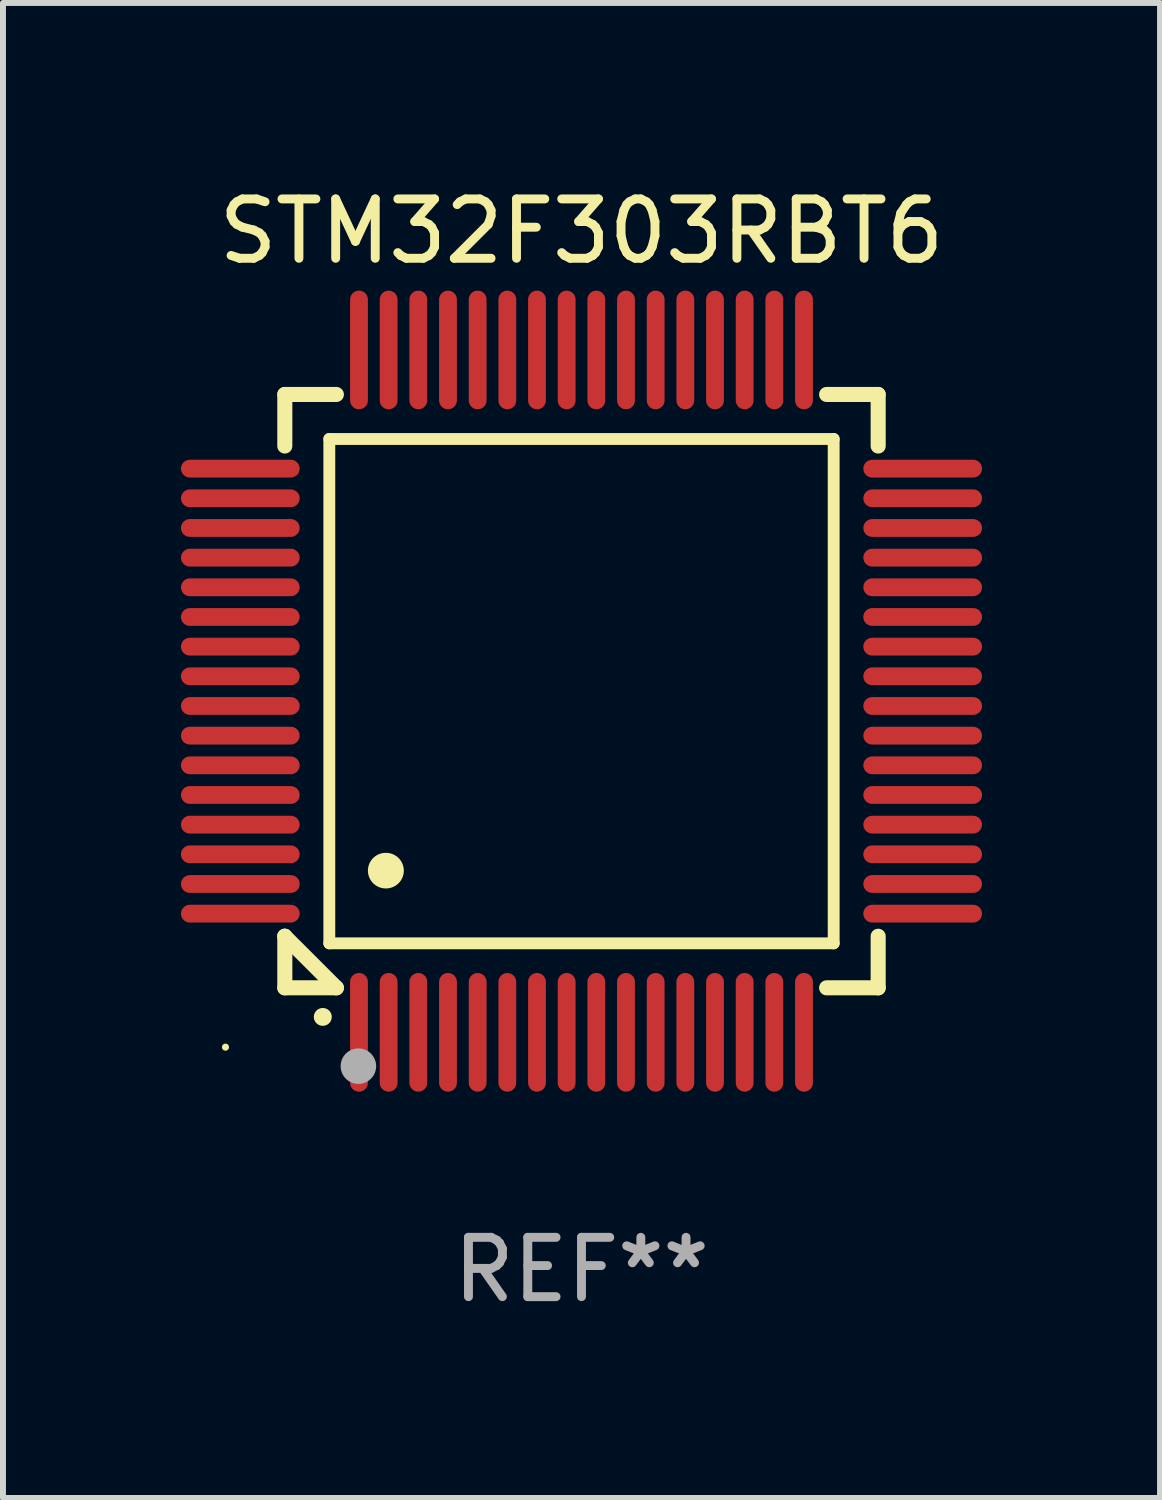
<source format=kicad_pcb>
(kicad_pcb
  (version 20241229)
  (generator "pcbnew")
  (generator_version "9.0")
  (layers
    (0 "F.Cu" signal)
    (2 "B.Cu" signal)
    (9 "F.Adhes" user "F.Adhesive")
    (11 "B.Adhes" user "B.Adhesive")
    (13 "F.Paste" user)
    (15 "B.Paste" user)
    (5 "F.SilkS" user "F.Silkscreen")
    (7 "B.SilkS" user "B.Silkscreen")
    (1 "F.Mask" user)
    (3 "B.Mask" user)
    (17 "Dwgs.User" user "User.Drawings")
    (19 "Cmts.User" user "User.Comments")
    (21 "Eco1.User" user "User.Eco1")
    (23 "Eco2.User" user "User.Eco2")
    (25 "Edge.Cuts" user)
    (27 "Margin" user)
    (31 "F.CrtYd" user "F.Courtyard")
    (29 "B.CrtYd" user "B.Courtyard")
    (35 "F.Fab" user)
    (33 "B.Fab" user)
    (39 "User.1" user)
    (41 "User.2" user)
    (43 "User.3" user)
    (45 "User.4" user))
  (footprint "STM32F303RBT6"
    (layer "F.Cu")
    (at 6.75 8.598)
    (property "Reference" "STM32F303RBT6" (at 0 -7.75 0) (layer "F.SilkS") (effects (font (size 1 1) (thickness 0.15))))
    (attr through_hole)
    (fp_line (start -5 -5) (end -4.131 -5) (stroke (width 0.254) (type solid)) (layer "F.SilkS"))
    (fp_line (start -5 -4.131) (end -5 -5) (stroke (width 0.254) (type solid)) (layer "F.SilkS"))
    (fp_line (start -5 4.131) (end -5 4.131) (stroke (width 0.254) (type solid)) (layer "F.SilkS"))
    (fp_line (start -5 5) (end -5 4.131) (stroke (width 0.254) (type solid)) (layer "F.SilkS"))
    (fp_line (start -5 4.131) (end -4.131 5) (stroke (width 0.254) (type solid)) (layer "F.SilkS"))
    (fp_line (start -4.25 -4.25) (end -4.25 4.25) (stroke (width 0.2) (type solid)) (layer "F.SilkS"))
    (fp_line (start -4.25 4.25) (end 4.25 4.25) (stroke (width 0.2) (type solid)) (layer "F.SilkS"))
    (fp_line (start -4.131 5) (end -5 5) (stroke (width 0.254) (type solid)) (layer "F.SilkS"))
    (fp_line (start 4.25 -4.25) (end -4.25 -4.25) (stroke (width 0.2) (type solid)) (layer "F.SilkS"))
    (fp_line (start 4.25 4.25) (end 4.25 -4.25) (stroke (width 0.2) (type solid)) (layer "F.SilkS"))
    (fp_line (start 5 -5) (end 4.131 -5) (stroke (width 0.254) (type solid)) (layer "F.SilkS"))
    (fp_line (start 5 -5) (end 5 -4.131) (stroke (width 0.254) (type solid)) (layer "F.SilkS"))
    (fp_line (start 5 4.131) (end 5 5) (stroke (width 0.254) (type solid)) (layer "F.SilkS"))
    (fp_line (start 5 5) (end 4.131 5) (stroke (width 0.254) (type solid)) (layer "F.SilkS"))
    (fp_arc (start -4.361265 5.489992) (mid -4.359995 5.489987) (end -4.358725 5.489992) (stroke (width 0.3) (type solid)) (layer "F.SilkS"))
    (fp_arc (start -3.299467 3.025146) (mid -3.296927 3.025135) (end -3.294387 3.025146) (stroke (width 0.6) (type solid)) (layer "F.SilkS"))
    (fp_circle (center -6 6) (end -5.97 6) (stroke (width 0.06) (type solid)) (fill no) (layer "F.SilkS"))
    (fp_circle (center -3.76 6.32) (end -3.61 6.32) (stroke (width 0.3) (type solid)) (fill no) (layer "F.Fab"))
    (fp_text user "REF**" (at 0 9.75 0) (layer "F.Fab") (effects (font (size 1 1) (thickness 0.15))))
    (pad "1" smd oval (at -3.75 5.75) (size 0.3 2) (layers "F.Cu" "F.Mask" "F.Paste"))
    (pad "2" smd oval (at -3.25 5.75) (size 0.3 2) (layers "F.Cu" "F.Mask" "F.Paste"))
    (pad "3" smd oval (at -2.75 5.75) (size 0.3 2) (layers "F.Cu" "F.Mask" "F.Paste"))
    (pad "4" smd oval (at -2.25 5.75) (size 0.3 2) (layers "F.Cu" "F.Mask" "F.Paste"))
    (pad "5" smd oval (at -1.75 5.75) (size 0.3 2) (layers "F.Cu" "F.Mask" "F.Paste"))
    (pad "6" smd oval (at -1.25 5.75) (size 0.3 2) (layers "F.Cu" "F.Mask" "F.Paste"))
    (pad "7" smd oval (at -0.75 5.75) (size 0.3 2) (layers "F.Cu" "F.Mask" "F.Paste"))
    (pad "8" smd oval (at -0.25 5.75) (size 0.3 2) (layers "F.Cu" "F.Mask" "F.Paste"))
    (pad "9" smd oval (at 0.25 5.75) (size 0.3 2) (layers "F.Cu" "F.Mask" "F.Paste"))
    (pad "10" smd oval (at 0.75 5.75) (size 0.3 2) (layers "F.Cu" "F.Mask" "F.Paste"))
    (pad "11" smd oval (at 1.25 5.75) (size 0.3 2) (layers "F.Cu" "F.Mask" "F.Paste"))
    (pad "12" smd oval (at 1.75 5.75) (size 0.3 2) (layers "F.Cu" "F.Mask" "F.Paste"))
    (pad "13" smd oval (at 2.25 5.75) (size 0.3 2) (layers "F.Cu" "F.Mask" "F.Paste"))
    (pad "14" smd oval (at 2.75 5.75) (size 0.3 2) (layers "F.Cu" "F.Mask" "F.Paste"))
    (pad "15" smd oval (at 3.25 5.75) (size 0.3 2) (layers "F.Cu" "F.Mask" "F.Paste"))
    (pad "16" smd oval (at 3.75 5.75) (size 0.3 2) (layers "F.Cu" "F.Mask" "F.Paste"))
    (pad "17" smd oval (at 5.75 3.75) (size 2 0.3) (layers "F.Cu" "F.Mask" "F.Paste"))
    (pad "18" smd oval (at 5.75 3.25) (size 2 0.3) (layers "F.Cu" "F.Mask" "F.Paste"))
    (pad "19" smd oval (at 5.75 2.75) (size 2 0.3) (layers "F.Cu" "F.Mask" "F.Paste"))
    (pad "20" smd oval (at 5.75 2.25) (size 2 0.3) (layers "F.Cu" "F.Mask" "F.Paste"))
    (pad "21" smd oval (at 5.75 1.75) (size 2 0.3) (layers "F.Cu" "F.Mask" "F.Paste"))
    (pad "22" smd oval (at 5.75 1.25) (size 2 0.3) (layers "F.Cu" "F.Mask" "F.Paste"))
    (pad "23" smd oval (at 5.75 0.75) (size 2 0.3) (layers "F.Cu" "F.Mask" "F.Paste"))
    (pad "24" smd oval (at 5.75 0.25) (size 2 0.3) (layers "F.Cu" "F.Mask" "F.Paste"))
    (pad "25" smd oval (at 5.75 -0.25) (size 2 0.3) (layers "F.Cu" "F.Mask" "F.Paste"))
    (pad "26" smd oval (at 5.75 -0.75) (size 2 0.3) (layers "F.Cu" "F.Mask" "F.Paste"))
    (pad "27" smd oval (at 5.75 -1.25) (size 2 0.3) (layers "F.Cu" "F.Mask" "F.Paste"))
    (pad "28" smd oval (at 5.75 -1.75) (size 2 0.3) (layers "F.Cu" "F.Mask" "F.Paste"))
    (pad "29" smd oval (at 5.75 -2.25) (size 2 0.3) (layers "F.Cu" "F.Mask" "F.Paste"))
    (pad "30" smd oval (at 5.75 -2.75) (size 2 0.3) (layers "F.Cu" "F.Mask" "F.Paste"))
    (pad "31" smd oval (at 5.75 -3.25) (size 2 0.3) (layers "F.Cu" "F.Mask" "F.Paste"))
    (pad "32" smd oval (at 5.75 -3.75) (size 2 0.3) (layers "F.Cu" "F.Mask" "F.Paste"))
    (pad "33" smd oval (at 3.75 -5.75) (size 0.3 2) (layers "F.Cu" "F.Mask" "F.Paste"))
    (pad "34" smd oval (at 3.25 -5.75) (size 0.3 2) (layers "F.Cu" "F.Mask" "F.Paste"))
    (pad "35" smd oval (at 2.75 -5.75) (size 0.3 2) (layers "F.Cu" "F.Mask" "F.Paste"))
    (pad "36" smd oval (at 2.25 -5.75) (size 0.3 2) (layers "F.Cu" "F.Mask" "F.Paste"))
    (pad "37" smd oval (at 1.75 -5.75) (size 0.3 2) (layers "F.Cu" "F.Mask" "F.Paste"))
    (pad "38" smd oval (at 1.25 -5.75) (size 0.3 2) (layers "F.Cu" "F.Mask" "F.Paste"))
    (pad "39" smd oval (at 0.75 -5.75) (size 0.3 2) (layers "F.Cu" "F.Mask" "F.Paste"))
    (pad "40" smd oval (at 0.25 -5.75) (size 0.3 2) (layers "F.Cu" "F.Mask" "F.Paste"))
    (pad "41" smd oval (at -0.25 -5.75) (size 0.3 2) (layers "F.Cu" "F.Mask" "F.Paste"))
    (pad "42" smd oval (at -0.75 -5.75) (size 0.3 2) (layers "F.Cu" "F.Mask" "F.Paste"))
    (pad "43" smd oval (at -1.25 -5.75) (size 0.3 2) (layers "F.Cu" "F.Mask" "F.Paste"))
    (pad "44" smd oval (at -1.75 -5.75) (size 0.3 2) (layers "F.Cu" "F.Mask" "F.Paste"))
    (pad "45" smd oval (at -2.25 -5.75) (size 0.3 2) (layers "F.Cu" "F.Mask" "F.Paste"))
    (pad "46" smd oval (at -2.75 -5.75) (size 0.3 2) (layers "F.Cu" "F.Mask" "F.Paste"))
    (pad "47" smd oval (at -3.25 -5.75) (size 0.3 2) (layers "F.Cu" "F.Mask" "F.Paste"))
    (pad "48" smd oval (at -3.75 -5.75) (size 0.3 2) (layers "F.Cu" "F.Mask" "F.Paste"))
    (pad "49" smd oval (at -5.75 -3.75) (size 2 0.3) (layers "F.Cu" "F.Mask" "F.Paste"))
    (pad "50" smd oval (at -5.75 -3.25) (size 2 0.3) (layers "F.Cu" "F.Mask" "F.Paste"))
    (pad "51" smd oval (at -5.75 -2.75) (size 2 0.3) (layers "F.Cu" "F.Mask" "F.Paste"))
    (pad "52" smd oval (at -5.75 -2.25) (size 2 0.3) (layers "F.Cu" "F.Mask" "F.Paste"))
    (pad "53" smd oval (at -5.75 -1.75) (size 2 0.3) (layers "F.Cu" "F.Mask" "F.Paste"))
    (pad "54" smd oval (at -5.75 -1.25) (size 2 0.3) (layers "F.Cu" "F.Mask" "F.Paste"))
    (pad "55" smd oval (at -5.75 -0.75) (size 2 0.3) (layers "F.Cu" "F.Mask" "F.Paste"))
    (pad "56" smd oval (at -5.75 -0.25) (size 2 0.3) (layers "F.Cu" "F.Mask" "F.Paste"))
    (pad "57" smd oval (at -5.75 0.25) (size 2 0.3) (layers "F.Cu" "F.Mask" "F.Paste"))
    (pad "58" smd oval (at -5.75 0.75) (size 2 0.3) (layers "F.Cu" "F.Mask" "F.Paste"))
    (pad "59" smd oval (at -5.75 1.25) (size 2 0.3) (layers "F.Cu" "F.Mask" "F.Paste"))
    (pad "60" smd oval (at -5.75 1.75) (size 2 0.3) (layers "F.Cu" "F.Mask" "F.Paste"))
    (pad "61" smd oval (at -5.75 2.25) (size 2 0.3) (layers "F.Cu" "F.Mask" "F.Paste"))
    (pad "62" smd oval (at -5.75 2.75) (size 2 0.3) (layers "F.Cu" "F.Mask" "F.Paste"))
    (pad "63" smd oval (at -5.75 3.25) (size 2 0.3) (layers "F.Cu" "F.Mask" "F.Paste"))
    (pad "64" smd oval (at -5.75 3.75) (size 2 0.3) (layers "F.Cu" "F.Mask" "F.Paste")))
  (gr_rect
    (start -3 -3)
    (end 16.5 22.196)
    (stroke (width 0.1) (type default))
    (fill no)
    (layer "Edge.Cuts")))
</source>
